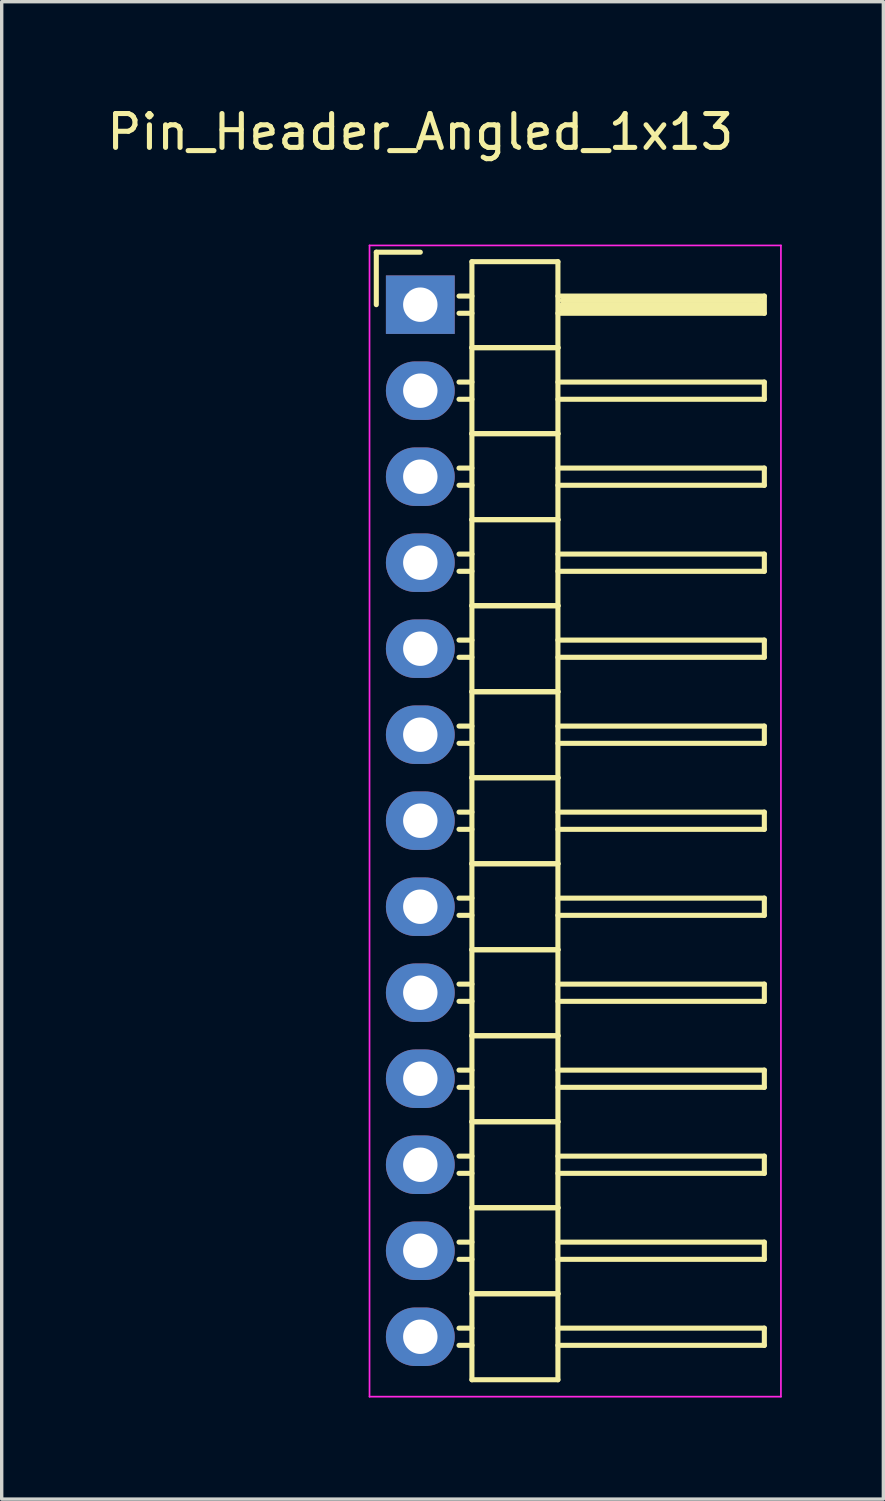
<source format=kicad_pcb>
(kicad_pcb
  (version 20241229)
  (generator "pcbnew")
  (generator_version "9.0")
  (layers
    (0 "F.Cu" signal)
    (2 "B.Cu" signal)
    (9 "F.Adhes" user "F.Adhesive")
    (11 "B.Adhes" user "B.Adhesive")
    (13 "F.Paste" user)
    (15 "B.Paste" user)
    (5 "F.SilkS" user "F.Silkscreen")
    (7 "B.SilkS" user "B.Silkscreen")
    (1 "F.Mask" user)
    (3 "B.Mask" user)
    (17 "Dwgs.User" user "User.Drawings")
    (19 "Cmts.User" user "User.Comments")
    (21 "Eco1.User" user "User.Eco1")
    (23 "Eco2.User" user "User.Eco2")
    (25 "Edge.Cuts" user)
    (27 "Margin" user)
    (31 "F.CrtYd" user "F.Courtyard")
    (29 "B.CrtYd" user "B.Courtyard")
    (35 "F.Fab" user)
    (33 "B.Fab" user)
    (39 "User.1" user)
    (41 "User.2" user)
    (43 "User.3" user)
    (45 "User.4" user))
  (footprint "Pin_Header_Angled_1x13"
    (layer "F.Cu")
    (at 9.363 5.948)
    (property "Reference" "Pin_Header_Angled_1x13" (at 0 -5.1 0) (layer "F.SilkS") (effects (font (size 1 1) (thickness 0.15))))
    (attr through_hole)
    (fp_line (start -1.3 -1.55) (end -1.3 0) (stroke (width 0.15) (type solid)) (layer "F.SilkS"))
    (fp_line (start 0 -1.55) (end -1.3 -1.55) (stroke (width 0.15) (type solid)) (layer "F.SilkS"))
    (fp_line (start 1.524 -1.27) (end 1.524 1.27) (stroke (width 0.15) (type solid)) (layer "F.SilkS"))
    (fp_line (start 1.524 -1.27) (end 4.064 -1.27) (stroke (width 0.15) (type solid)) (layer "F.SilkS"))
    (fp_line (start 1.524 -0.254) (end 1.143 -0.254) (stroke (width 0.15) (type solid)) (layer "F.SilkS"))
    (fp_line (start 1.524 0.254) (end 1.143 0.254) (stroke (width 0.15) (type solid)) (layer "F.SilkS"))
    (fp_line (start 1.524 1.27) (end 1.524 3.81) (stroke (width 0.15) (type solid)) (layer "F.SilkS"))
    (fp_line (start 1.524 1.27) (end 4.064 1.27) (stroke (width 0.15) (type solid)) (layer "F.SilkS"))
    (fp_line (start 1.524 1.27) (end 4.064 1.27) (stroke (width 0.15) (type solid)) (layer "F.SilkS"))
    (fp_line (start 1.524 2.286) (end 1.143 2.286) (stroke (width 0.15) (type solid)) (layer "F.SilkS"))
    (fp_line (start 1.524 2.794) (end 1.143 2.794) (stroke (width 0.15) (type solid)) (layer "F.SilkS"))
    (fp_line (start 1.524 3.81) (end 1.524 6.35) (stroke (width 0.15) (type solid)) (layer "F.SilkS"))
    (fp_line (start 1.524 3.81) (end 4.064 3.81) (stroke (width 0.15) (type solid)) (layer "F.SilkS"))
    (fp_line (start 1.524 3.81) (end 4.064 3.81) (stroke (width 0.15) (type solid)) (layer "F.SilkS"))
    (fp_line (start 1.524 4.826) (end 1.143 4.826) (stroke (width 0.15) (type solid)) (layer "F.SilkS"))
    (fp_line (start 1.524 5.334) (end 1.143 5.334) (stroke (width 0.15) (type solid)) (layer "F.SilkS"))
    (fp_line (start 1.524 6.35) (end 1.524 8.89) (stroke (width 0.15) (type solid)) (layer "F.SilkS"))
    (fp_line (start 1.524 6.35) (end 4.064 6.35) (stroke (width 0.15) (type solid)) (layer "F.SilkS"))
    (fp_line (start 1.524 6.35) (end 4.064 6.35) (stroke (width 0.15) (type solid)) (layer "F.SilkS"))
    (fp_line (start 1.524 7.366) (end 1.143 7.366) (stroke (width 0.15) (type solid)) (layer "F.SilkS"))
    (fp_line (start 1.524 7.874) (end 1.143 7.874) (stroke (width 0.15) (type solid)) (layer "F.SilkS"))
    (fp_line (start 1.524 8.89) (end 1.524 11.43) (stroke (width 0.15) (type solid)) (layer "F.SilkS"))
    (fp_line (start 1.524 8.89) (end 4.064 8.89) (stroke (width 0.15) (type solid)) (layer "F.SilkS"))
    (fp_line (start 1.524 8.89) (end 4.064 8.89) (stroke (width 0.15) (type solid)) (layer "F.SilkS"))
    (fp_line (start 1.524 9.906) (end 1.143 9.906) (stroke (width 0.15) (type solid)) (layer "F.SilkS"))
    (fp_line (start 1.524 10.414) (end 1.143 10.414) (stroke (width 0.15) (type solid)) (layer "F.SilkS"))
    (fp_line (start 1.524 11.43) (end 1.524 13.97) (stroke (width 0.15) (type solid)) (layer "F.SilkS"))
    (fp_line (start 1.524 11.43) (end 4.064 11.43) (stroke (width 0.15) (type solid)) (layer "F.SilkS"))
    (fp_line (start 1.524 11.43) (end 4.064 11.43) (stroke (width 0.15) (type solid)) (layer "F.SilkS"))
    (fp_line (start 1.524 12.446) (end 1.143 12.446) (stroke (width 0.15) (type solid)) (layer "F.SilkS"))
    (fp_line (start 1.524 12.954) (end 1.143 12.954) (stroke (width 0.15) (type solid)) (layer "F.SilkS"))
    (fp_line (start 1.524 13.97) (end 1.524 16.51) (stroke (width 0.15) (type solid)) (layer "F.SilkS"))
    (fp_line (start 1.524 13.97) (end 4.064 13.97) (stroke (width 0.15) (type solid)) (layer "F.SilkS"))
    (fp_line (start 1.524 13.97) (end 4.064 13.97) (stroke (width 0.15) (type solid)) (layer "F.SilkS"))
    (fp_line (start 1.524 14.986) (end 1.143 14.986) (stroke (width 0.15) (type solid)) (layer "F.SilkS"))
    (fp_line (start 1.524 15.494) (end 1.143 15.494) (stroke (width 0.15) (type solid)) (layer "F.SilkS"))
    (fp_line (start 1.524 16.51) (end 1.524 19.05) (stroke (width 0.15) (type solid)) (layer "F.SilkS"))
    (fp_line (start 1.524 16.51) (end 4.064 16.51) (stroke (width 0.15) (type solid)) (layer "F.SilkS"))
    (fp_line (start 1.524 16.51) (end 4.064 16.51) (stroke (width 0.15) (type solid)) (layer "F.SilkS"))
    (fp_line (start 1.524 17.526) (end 1.143 17.526) (stroke (width 0.15) (type solid)) (layer "F.SilkS"))
    (fp_line (start 1.524 18.034) (end 1.143 18.034) (stroke (width 0.15) (type solid)) (layer "F.SilkS"))
    (fp_line (start 1.524 19.05) (end 1.524 21.59) (stroke (width 0.15) (type solid)) (layer "F.SilkS"))
    (fp_line (start 1.524 19.05) (end 4.064 19.05) (stroke (width 0.15) (type solid)) (layer "F.SilkS"))
    (fp_line (start 1.524 19.05) (end 4.064 19.05) (stroke (width 0.15) (type solid)) (layer "F.SilkS"))
    (fp_line (start 1.524 20.066) (end 1.143 20.066) (stroke (width 0.15) (type solid)) (layer "F.SilkS"))
    (fp_line (start 1.524 20.574) (end 1.143 20.574) (stroke (width 0.15) (type solid)) (layer "F.SilkS"))
    (fp_line (start 1.524 21.59) (end 1.524 24.13) (stroke (width 0.15) (type solid)) (layer "F.SilkS"))
    (fp_line (start 1.524 21.59) (end 4.064 21.59) (stroke (width 0.15) (type solid)) (layer "F.SilkS"))
    (fp_line (start 1.524 21.59) (end 4.064 21.59) (stroke (width 0.15) (type solid)) (layer "F.SilkS"))
    (fp_line (start 1.524 22.606) (end 1.143 22.606) (stroke (width 0.15) (type solid)) (layer "F.SilkS"))
    (fp_line (start 1.524 23.114) (end 1.143 23.114) (stroke (width 0.15) (type solid)) (layer "F.SilkS"))
    (fp_line (start 1.524 24.13) (end 1.524 26.67) (stroke (width 0.15) (type solid)) (layer "F.SilkS"))
    (fp_line (start 1.524 24.13) (end 4.064 24.13) (stroke (width 0.15) (type solid)) (layer "F.SilkS"))
    (fp_line (start 1.524 24.13) (end 4.064 24.13) (stroke (width 0.15) (type solid)) (layer "F.SilkS"))
    (fp_line (start 1.524 25.146) (end 1.143 25.146) (stroke (width 0.15) (type solid)) (layer "F.SilkS"))
    (fp_line (start 1.524 25.654) (end 1.143 25.654) (stroke (width 0.15) (type solid)) (layer "F.SilkS"))
    (fp_line (start 1.524 26.67) (end 1.524 29.21) (stroke (width 0.15) (type solid)) (layer "F.SilkS"))
    (fp_line (start 1.524 26.67) (end 4.064 26.67) (stroke (width 0.15) (type solid)) (layer "F.SilkS"))
    (fp_line (start 1.524 26.67) (end 4.064 26.67) (stroke (width 0.15) (type solid)) (layer "F.SilkS"))
    (fp_line (start 1.524 27.686) (end 1.143 27.686) (stroke (width 0.15) (type solid)) (layer "F.SilkS"))
    (fp_line (start 1.524 28.194) (end 1.143 28.194) (stroke (width 0.15) (type solid)) (layer "F.SilkS"))
    (fp_line (start 1.524 29.21) (end 1.524 31.75) (stroke (width 0.15) (type solid)) (layer "F.SilkS"))
    (fp_line (start 1.524 29.21) (end 4.064 29.21) (stroke (width 0.15) (type solid)) (layer "F.SilkS"))
    (fp_line (start 1.524 29.21) (end 4.064 29.21) (stroke (width 0.15) (type solid)) (layer "F.SilkS"))
    (fp_line (start 1.524 30.226) (end 1.143 30.226) (stroke (width 0.15) (type solid)) (layer "F.SilkS"))
    (fp_line (start 1.524 30.734) (end 1.143 30.734) (stroke (width 0.15) (type solid)) (layer "F.SilkS"))
    (fp_line (start 1.524 31.75) (end 4.064 31.75) (stroke (width 0.15) (type solid)) (layer "F.SilkS"))
    (fp_line (start 4.064 -0.254) (end 10.16 -0.254) (stroke (width 0.15) (type solid)) (layer "F.SilkS"))
    (fp_line (start 4.064 1.27) (end 4.064 -1.27) (stroke (width 0.15) (type solid)) (layer "F.SilkS"))
    (fp_line (start 4.064 2.286) (end 10.16 2.286) (stroke (width 0.15) (type solid)) (layer "F.SilkS"))
    (fp_line (start 4.064 3.81) (end 4.064 1.27) (stroke (width 0.15) (type solid)) (layer "F.SilkS"))
    (fp_line (start 4.064 4.826) (end 10.16 4.826) (stroke (width 0.15) (type solid)) (layer "F.SilkS"))
    (fp_line (start 4.064 6.35) (end 4.064 3.81) (stroke (width 0.15) (type solid)) (layer "F.SilkS"))
    (fp_line (start 4.064 7.366) (end 10.16 7.366) (stroke (width 0.15) (type solid)) (layer "F.SilkS"))
    (fp_line (start 4.064 8.89) (end 4.064 6.35) (stroke (width 0.15) (type solid)) (layer "F.SilkS"))
    (fp_line (start 4.064 9.906) (end 10.16 9.906) (stroke (width 0.15) (type solid)) (layer "F.SilkS"))
    (fp_line (start 4.064 11.43) (end 4.064 8.89) (stroke (width 0.15) (type solid)) (layer "F.SilkS"))
    (fp_line (start 4.064 12.446) (end 10.16 12.446) (stroke (width 0.15) (type solid)) (layer "F.SilkS"))
    (fp_line (start 4.064 13.97) (end 4.064 11.43) (stroke (width 0.15) (type solid)) (layer "F.SilkS"))
    (fp_line (start 4.064 14.986) (end 10.16 14.986) (stroke (width 0.15) (type solid)) (layer "F.SilkS"))
    (fp_line (start 4.064 16.51) (end 4.064 13.97) (stroke (width 0.15) (type solid)) (layer "F.SilkS"))
    (fp_line (start 4.064 17.526) (end 10.16 17.526) (stroke (width 0.15) (type solid)) (layer "F.SilkS"))
    (fp_line (start 4.064 19.05) (end 4.064 16.51) (stroke (width 0.15) (type solid)) (layer "F.SilkS"))
    (fp_line (start 4.064 20.066) (end 10.16 20.066) (stroke (width 0.15) (type solid)) (layer "F.SilkS"))
    (fp_line (start 4.064 21.59) (end 4.064 19.05) (stroke (width 0.15) (type solid)) (layer "F.SilkS"))
    (fp_line (start 4.064 22.606) (end 10.16 22.606) (stroke (width 0.15) (type solid)) (layer "F.SilkS"))
    (fp_line (start 4.064 24.13) (end 4.064 21.59) (stroke (width 0.15) (type solid)) (layer "F.SilkS"))
    (fp_line (start 4.064 25.146) (end 10.16 25.146) (stroke (width 0.15) (type solid)) (layer "F.SilkS"))
    (fp_line (start 4.064 26.67) (end 4.064 24.13) (stroke (width 0.15) (type solid)) (layer "F.SilkS"))
    (fp_line (start 4.064 27.686) (end 10.16 27.686) (stroke (width 0.15) (type solid)) (layer "F.SilkS"))
    (fp_line (start 4.064 29.21) (end 4.064 26.67) (stroke (width 0.15) (type solid)) (layer "F.SilkS"))
    (fp_line (start 4.064 30.226) (end 10.16 30.226) (stroke (width 0.15) (type solid)) (layer "F.SilkS"))
    (fp_line (start 4.064 31.75) (end 4.064 29.21) (stroke (width 0.15) (type solid)) (layer "F.SilkS"))
    (fp_line (start 4.191 -0.127) (end 10.033 -0.127) (stroke (width 0.15) (type solid)) (layer "F.SilkS"))
    (fp_line (start 4.191 0) (end 10.033 0) (stroke (width 0.15) (type solid)) (layer "F.SilkS"))
    (fp_line (start 4.191 0.127) (end 4.191 0) (stroke (width 0.15) (type solid)) (layer "F.SilkS"))
    (fp_line (start 10.033 -0.127) (end 10.033 0.127) (stroke (width 0.15) (type solid)) (layer "F.SilkS"))
    (fp_line (start 10.033 0.127) (end 4.191 0.127) (stroke (width 0.15) (type solid)) (layer "F.SilkS"))
    (fp_line (start 10.16 -0.254) (end 10.16 0.254) (stroke (width 0.15) (type solid)) (layer "F.SilkS"))
    (fp_line (start 10.16 0.254) (end 4.064 0.254) (stroke (width 0.15) (type solid)) (layer "F.SilkS"))
    (fp_line (start 10.16 2.286) (end 10.16 2.794) (stroke (width 0.15) (type solid)) (layer "F.SilkS"))
    (fp_line (start 10.16 2.794) (end 4.064 2.794) (stroke (width 0.15) (type solid)) (layer "F.SilkS"))
    (fp_line (start 10.16 4.826) (end 10.16 5.334) (stroke (width 0.15) (type solid)) (layer "F.SilkS"))
    (fp_line (start 10.16 5.334) (end 4.064 5.334) (stroke (width 0.15) (type solid)) (layer "F.SilkS"))
    (fp_line (start 10.16 7.366) (end 10.16 7.874) (stroke (width 0.15) (type solid)) (layer "F.SilkS"))
    (fp_line (start 10.16 7.874) (end 4.064 7.874) (stroke (width 0.15) (type solid)) (layer "F.SilkS"))
    (fp_line (start 10.16 9.906) (end 10.16 10.414) (stroke (width 0.15) (type solid)) (layer "F.SilkS"))
    (fp_line (start 10.16 10.414) (end 4.064 10.414) (stroke (width 0.15) (type solid)) (layer "F.SilkS"))
    (fp_line (start 10.16 12.446) (end 10.16 12.954) (stroke (width 0.15) (type solid)) (layer "F.SilkS"))
    (fp_line (start 10.16 12.954) (end 4.064 12.954) (stroke (width 0.15) (type solid)) (layer "F.SilkS"))
    (fp_line (start 10.16 14.986) (end 10.16 15.494) (stroke (width 0.15) (type solid)) (layer "F.SilkS"))
    (fp_line (start 10.16 15.494) (end 4.064 15.494) (stroke (width 0.15) (type solid)) (layer "F.SilkS"))
    (fp_line (start 10.16 17.526) (end 10.16 18.034) (stroke (width 0.15) (type solid)) (layer "F.SilkS"))
    (fp_line (start 10.16 18.034) (end 4.064 18.034) (stroke (width 0.15) (type solid)) (layer "F.SilkS"))
    (fp_line (start 10.16 20.066) (end 10.16 20.574) (stroke (width 0.15) (type solid)) (layer "F.SilkS"))
    (fp_line (start 10.16 20.574) (end 4.064 20.574) (stroke (width 0.15) (type solid)) (layer "F.SilkS"))
    (fp_line (start 10.16 22.606) (end 10.16 23.114) (stroke (width 0.15) (type solid)) (layer "F.SilkS"))
    (fp_line (start 10.16 23.114) (end 4.064 23.114) (stroke (width 0.15) (type solid)) (layer "F.SilkS"))
    (fp_line (start 10.16 25.146) (end 10.16 25.654) (stroke (width 0.15) (type solid)) (layer "F.SilkS"))
    (fp_line (start 10.16 25.654) (end 4.064 25.654) (stroke (width 0.15) (type solid)) (layer "F.SilkS"))
    (fp_line (start 10.16 27.686) (end 10.16 28.194) (stroke (width 0.15) (type solid)) (layer "F.SilkS"))
    (fp_line (start 10.16 28.194) (end 4.064 28.194) (stroke (width 0.15) (type solid)) (layer "F.SilkS"))
    (fp_line (start 10.16 30.226) (end 10.16 30.734) (stroke (width 0.15) (type solid)) (layer "F.SilkS"))
    (fp_line (start 10.16 30.734) (end 4.064 30.734) (stroke (width 0.15) (type solid)) (layer "F.SilkS"))
    (fp_line (start -1.5 -1.75) (end -1.5 32.25) (stroke (width 0.05) (type solid)) (layer "F.CrtYd"))
    (fp_line (start -1.5 -1.75) (end 10.65 -1.75) (stroke (width 0.05) (type solid)) (layer "F.CrtYd"))
    (fp_line (start -1.5 32.25) (end 10.65 32.25) (stroke (width 0.05) (type solid)) (layer "F.CrtYd"))
    (fp_line (start 10.65 -1.75) (end 10.65 32.25) (stroke (width 0.05) (type solid)) (layer "F.CrtYd"))
    (pad "1" thru_hole rect (at 0 0) (size 2.032 1.727) (drill 1.016) (layers "*.Cu" "*.Mask"))
    (pad "2" thru_hole oval (at 0 2.54) (size 2.032 1.727) (drill 1.016) (layers "*.Cu" "*.Mask"))
    (pad "3" thru_hole oval (at 0 5.08) (size 2.032 1.727) (drill 1.016) (layers "*.Cu" "*.Mask"))
    (pad "4" thru_hole oval (at 0 7.62) (size 2.032 1.727) (drill 1.016) (layers "*.Cu" "*.Mask"))
    (pad "5" thru_hole oval (at 0 10.16) (size 2.032 1.727) (drill 1.016) (layers "*.Cu" "*.Mask"))
    (pad "6" thru_hole oval (at 0 12.7) (size 2.032 1.727) (drill 1.016) (layers "*.Cu" "*.Mask"))
    (pad "7" thru_hole oval (at 0 15.24) (size 2.032 1.727) (drill 1.016) (layers "*.Cu" "*.Mask"))
    (pad "8" thru_hole oval (at 0 17.78) (size 2.032 1.727) (drill 1.016) (layers "*.Cu" "*.Mask"))
    (pad "9" thru_hole oval (at 0 20.32) (size 2.032 1.727) (drill 1.016) (layers "*.Cu" "*.Mask"))
    (pad "10" thru_hole oval (at 0 22.86) (size 2.032 1.727) (drill 1.016) (layers "*.Cu" "*.Mask"))
    (pad "11" thru_hole oval (at 0 25.4) (size 2.032 1.727) (drill 1.016) (layers "*.Cu" "*.Mask"))
    (pad "12" thru_hole oval (at 0 27.94) (size 2.032 1.727) (drill 1.016) (layers "*.Cu" "*.Mask"))
    (pad "13" thru_hole oval (at 0 30.48) (size 2.032 1.727) (drill 1.016) (layers "*.Cu" "*.Mask")))
  (gr_rect
    (start -3 -3)
    (end 23.038 41.223)
    (stroke (width 0.1) (type default))
    (fill no)
    (layer "Edge.Cuts")))
</source>
